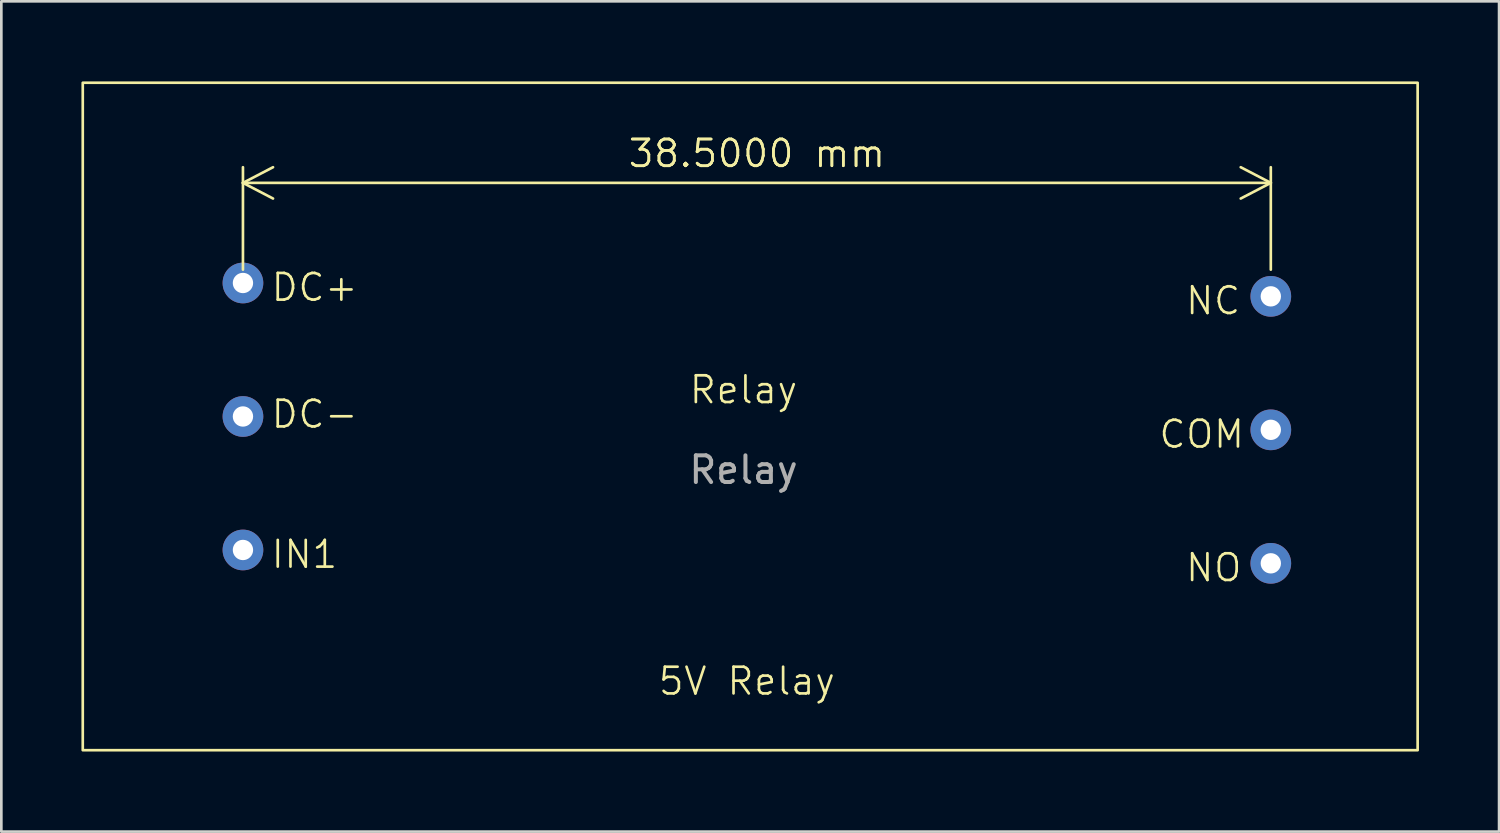
<source format=kicad_pcb>
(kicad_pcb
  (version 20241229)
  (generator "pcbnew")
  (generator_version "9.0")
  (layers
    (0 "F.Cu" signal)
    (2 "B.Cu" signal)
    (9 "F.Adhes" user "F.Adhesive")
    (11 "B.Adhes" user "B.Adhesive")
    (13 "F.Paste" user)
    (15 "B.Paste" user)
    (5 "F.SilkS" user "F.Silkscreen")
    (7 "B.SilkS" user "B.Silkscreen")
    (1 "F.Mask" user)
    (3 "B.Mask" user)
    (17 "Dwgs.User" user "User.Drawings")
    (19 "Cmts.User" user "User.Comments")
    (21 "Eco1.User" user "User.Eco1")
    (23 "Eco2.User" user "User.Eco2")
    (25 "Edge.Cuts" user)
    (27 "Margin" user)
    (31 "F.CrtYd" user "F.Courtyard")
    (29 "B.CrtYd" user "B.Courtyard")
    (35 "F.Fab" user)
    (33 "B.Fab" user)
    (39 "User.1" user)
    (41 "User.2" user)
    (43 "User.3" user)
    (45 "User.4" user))
  (footprint "Relay"
    (layer "F.Cu")
    (at 24.8 12.05)
    (property "Reference" "Relay" (at 0 -0.5 0) (unlocked yes) (layer "F.SilkS") (effects (font (size 1 1) (thickness 0.1))))
    (attr through_hole)
    (fp_rect (start -24.75 -12) (end 25.25 13) (stroke (width 0.1) (type default)) (fill no) (layer "F.SilkS"))
    (fp_text user "DC-" (at -17.75 1 0) (unlocked yes) (layer "F.SilkS") (effects (font (size 1 1) (thickness 0.1)) (justify left bottom)))
    (fp_text user "DC+" (at -17.75 -3.75 0) (unlocked yes) (layer "F.SilkS") (effects (font (size 1 1) (thickness 0.1)) (justify left bottom)))
    (fp_text user "COM" (at 15.5 1.75 0) (unlocked yes) (layer "F.SilkS") (effects (font (size 1 1) (thickness 0.1)) (justify left bottom)))
    (fp_text user "IN1" (at -17.75 6.25 0) (unlocked yes) (layer "F.SilkS") (effects (font (size 1 1) (thickness 0.1)) (justify left bottom)))
    (fp_text user "NC" (at 16.5 -3.25 0) (unlocked yes) (layer "F.SilkS") (effects (font (size 1 1) (thickness 0.1)) (justify left bottom)))
    (fp_text user "NO" (at 16.5 6.75 0) (unlocked yes) (layer "F.SilkS") (effects (font (size 1 1) (thickness 0.1)) (justify left bottom)))
    (fp_text user "5V Relay" (at -3.25 11 0) (unlocked yes) (layer "F.SilkS") (effects (font (size 1 1) (thickness 0.1)) (justify left bottom)))
    (fp_text user "${REFERENCE}" (at 0 2.5 0) (unlocked yes) (layer "F.Fab") (effects (font (size 1 1) (thickness 0.15))))
    (dimension (type aligned) (layer "F.SilkS") (pts (xy 6.05 7.55) (xy 44.55 7.55)) (height -3.75) (format (prefix "") (suffix "") (units 3) (units_format 1) (precision 4)) (style (thickness 0.1) (arrow_length 1.27) (text_position_mode 0) (arrow_direction outward) (extension_height 0.586) (extension_offset 0.5) (keep_text_aligned yes)) (gr_text "38.5000 mm" (at 25.3 2.7 0) (layer "F.SilkS") (effects (font (size 1 1) (thickness 0.1)))))
    (pad "COM" thru_hole circle (at 19.75 1) (size 1.524 1.524) (drill 0.762) (layers "*.Cu" "*.Mask"))
    (pad "DC+" thru_hole circle (at -18.75 -4.5) (size 1.524 1.524) (drill 0.762) (layers "*.Cu" "*.Mask"))
    (pad "DC-" thru_hole circle (at -18.75 0.5) (size 1.524 1.524) (drill 0.762) (layers "*.Cu" "*.Mask"))
    (pad "IN1" thru_hole circle (at -18.75 5.5) (size 1.524 1.524) (drill 0.762) (layers "*.Cu" "*.Mask"))
    (pad "NC" thru_hole circle (at 19.75 -4) (size 1.524 1.524) (drill 0.762) (layers "*.Cu" "*.Mask"))
    (pad "NO" thru_hole circle (at 19.75 6) (size 1.524 1.524) (drill 0.762) (layers "*.Cu" "*.Mask")))
  (gr_rect
    (start -3 -3)
    (end 53.1 28.1)
    (stroke (width 0.1) (type default))
    (fill no)
    (layer "Edge.Cuts")))
</source>
